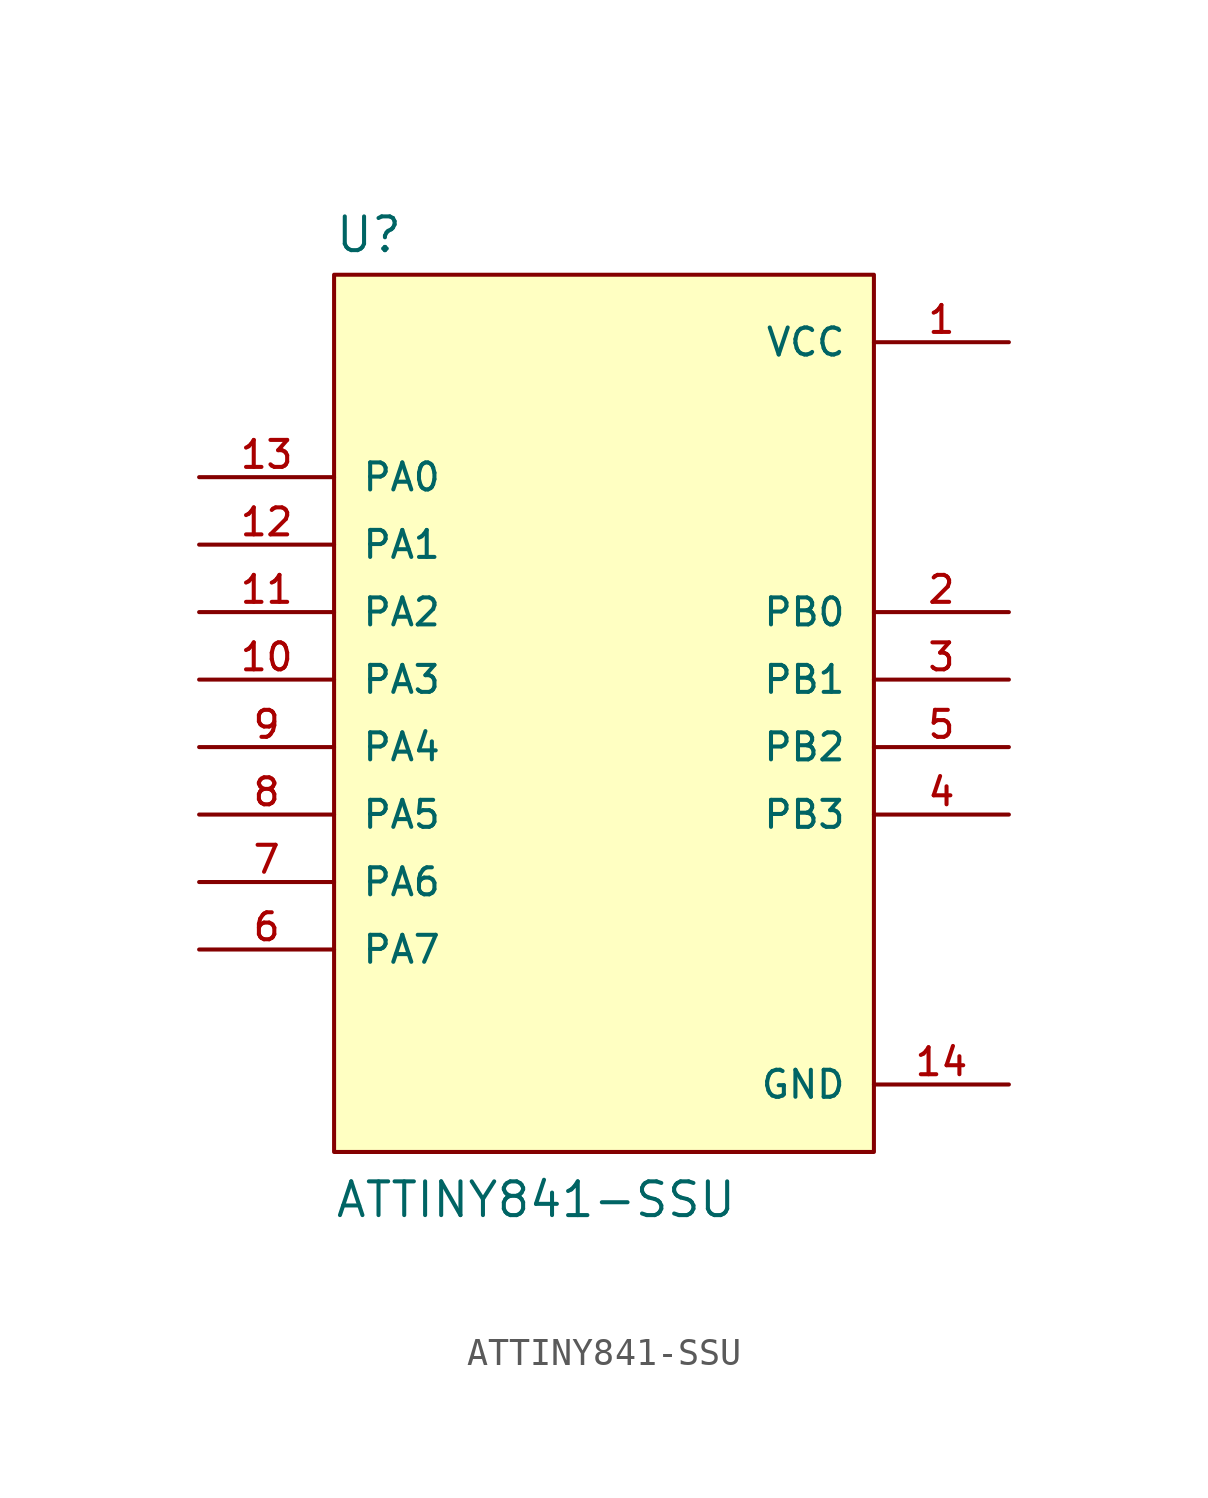
<source format=kicad_sym>
(kicad_symbol_lib
  (version 20211014)
  (generator kicad_symbol_editor)
  (symbol "ATTINY841-SSU"
    (pin_names
      (offset 1.016))
    (property "Reference" "U"
      (at -10.16 16.002 0)
      (effects (font (size 1.27 1.27)) (justify left bottom)))
    (property "Value" "ATTINY841-SSU"
      (at -10.16 -20.32 0)
      (effects (font (size 1.27 1.27)) (justify left bottom)))
    (property "ki_locked" ""
      (at 0 0 0)
      (effects (font (size 1.27 1.27))))
    (symbol "ATTINY841-SSU_0_0"
      (rectangle (start -10.16 -17.78) (end 10.16 15.24) (stroke (width 0.152) (type default) (color 0 0 0 0)) (fill (type background)))
      (pin power_in line (at 15.24 12.7 180) (length 5.08) (name "VCC" (effects (font (size 1.016 1.016)))) (number "1" (effects (font (size 1.016 1.016)))))
      (pin bidirectional line (at -15.24 0 0) (length 5.08) (name "PA3" (effects (font (size 1.016 1.016)))) (number "10" (effects (font (size 1.016 1.016)))))
      (pin bidirectional line (at -15.24 2.54 0) (length 5.08) (name "PA2" (effects (font (size 1.016 1.016)))) (number "11" (effects (font (size 1.016 1.016)))))
      (pin bidirectional line (at -15.24 5.08 0) (length 5.08) (name "PA1" (effects (font (size 1.016 1.016)))) (number "12" (effects (font (size 1.016 1.016)))))
      (pin bidirectional line (at -15.24 7.62 0) (length 5.08) (name "PA0" (effects (font (size 1.016 1.016)))) (number "13" (effects (font (size 1.016 1.016)))))
      (pin power_in line (at 15.24 -15.24 180) (length 5.08) (name "GND" (effects (font (size 1.016 1.016)))) (number "14" (effects (font (size 1.016 1.016)))))
      (pin bidirectional line (at 15.24 2.54 180) (length 5.08) (name "PB0" (effects (font (size 1.016 1.016)))) (number "2" (effects (font (size 1.016 1.016)))))
      (pin bidirectional line (at 15.24 0 180) (length 5.08) (name "PB1" (effects (font (size 1.016 1.016)))) (number "3" (effects (font (size 1.016 1.016)))))
      (pin bidirectional line (at 15.24 -5.08 180) (length 5.08) (name "PB3" (effects (font (size 1.016 1.016)))) (number "4" (effects (font (size 1.016 1.016)))))
      (pin bidirectional line (at 15.24 -2.54 180) (length 5.08) (name "PB2" (effects (font (size 1.016 1.016)))) (number "5" (effects (font (size 1.016 1.016)))))
      (pin bidirectional line (at -15.24 -10.16 0) (length 5.08) (name "PA7" (effects (font (size 1.016 1.016)))) (number "6" (effects (font (size 1.016 1.016)))))
      (pin bidirectional line (at -15.24 -7.62 0) (length 5.08) (name "PA6" (effects (font (size 1.016 1.016)))) (number "7" (effects (font (size 1.016 1.016)))))
      (pin bidirectional line (at -15.24 -5.08 0) (length 5.08) (name "PA5" (effects (font (size 1.016 1.016)))) (number "8" (effects (font (size 1.016 1.016)))))
      (pin bidirectional line (at -15.24 -2.54 0) (length 5.08) (name "PA4" (effects (font (size 1.016 1.016)))) (number "9" (effects (font (size 1.016 1.016))))))))
</source>
